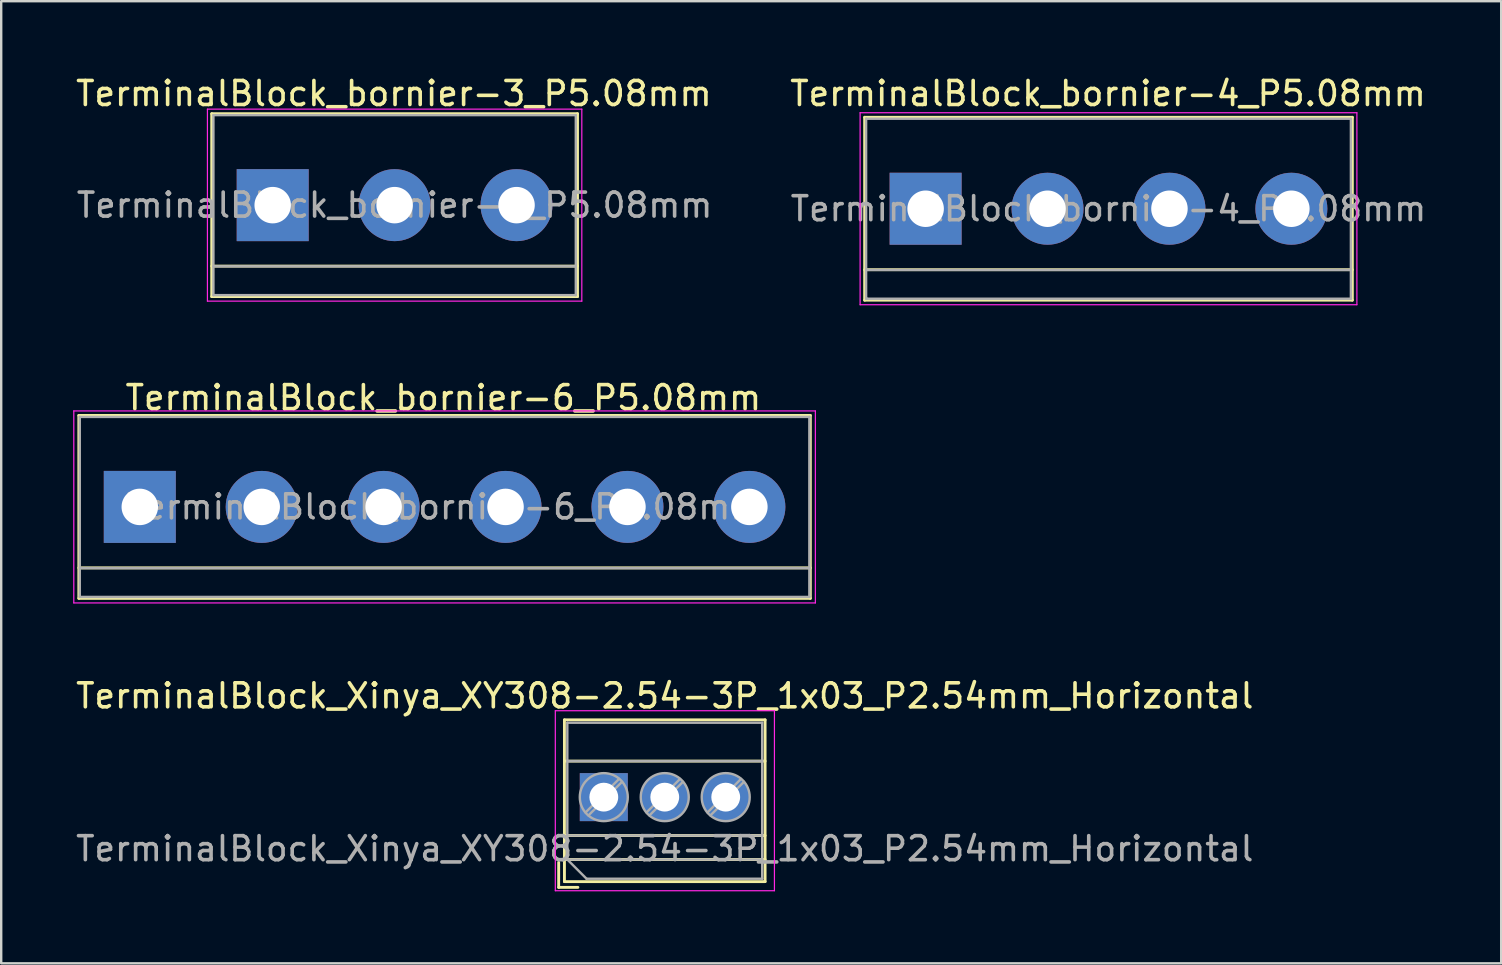
<source format=kicad_pcb>
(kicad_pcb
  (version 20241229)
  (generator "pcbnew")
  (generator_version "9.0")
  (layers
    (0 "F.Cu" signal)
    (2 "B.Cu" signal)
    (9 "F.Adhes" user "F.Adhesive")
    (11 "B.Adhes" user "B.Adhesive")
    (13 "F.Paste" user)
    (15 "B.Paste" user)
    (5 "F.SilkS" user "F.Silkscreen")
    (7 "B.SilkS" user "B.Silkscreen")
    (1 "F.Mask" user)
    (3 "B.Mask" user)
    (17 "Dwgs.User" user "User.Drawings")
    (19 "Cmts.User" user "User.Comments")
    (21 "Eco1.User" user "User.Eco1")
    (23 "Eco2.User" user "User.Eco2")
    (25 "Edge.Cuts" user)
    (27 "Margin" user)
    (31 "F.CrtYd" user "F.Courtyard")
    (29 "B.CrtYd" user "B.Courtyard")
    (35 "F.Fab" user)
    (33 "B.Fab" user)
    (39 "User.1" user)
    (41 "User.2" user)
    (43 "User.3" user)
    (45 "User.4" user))
  (footprint "TerminalBlock_Xinya_XY308-2.54-3P_1x03_P2.54mm_Horizontal"
    (layer "F.Cu")
    (at 22.109 30.165)
    (property "Reference" "TerminalBlock_Xinya_XY308-2.54-3P_1x03_P2.54mm_Horizontal" (at 2.54 -4.22 0) (layer "F.SilkS") (effects (font (size 1 1) (thickness 0.15))))
    (attr through_hole)
    (fp_line (start -1.88 2.72) (end -1.88 3.76) (stroke (width 0.12) (type solid)) (layer "F.SilkS"))
    (fp_line (start -1.88 3.76) (end -1.08 3.76) (stroke (width 0.12) (type solid)) (layer "F.SilkS"))
    (fp_line (start -1.64 -3.22) (end -1.64 3.52) (stroke (width 0.12) (type solid)) (layer "F.SilkS"))
    (fp_line (start -1.64 -3.22) (end 6.721 -3.22) (stroke (width 0.12) (type solid)) (layer "F.SilkS"))
    (fp_line (start -1.64 -1.501) (end 6.721 -1.501) (stroke (width 0.12) (type solid)) (layer "F.SilkS"))
    (fp_line (start -1.64 1.6) (end 6.721 1.6) (stroke (width 0.12) (type solid)) (layer "F.SilkS"))
    (fp_line (start -1.64 2.6) (end 6.721 2.6) (stroke (width 0.12) (type solid)) (layer "F.SilkS"))
    (fp_line (start -1.64 3.52) (end 6.721 3.52) (stroke (width 0.12) (type solid)) (layer "F.SilkS"))
    (fp_line (start 6.721 -3.22) (end 6.721 3.52) (stroke (width 0.12) (type solid)) (layer "F.SilkS"))
    (fp_line (start -2.02 -3.6) (end -2.02 3.9) (stroke (width 0.05) (type solid)) (layer "F.CrtYd"))
    (fp_line (start -2.02 3.9) (end 7.11 3.9) (stroke (width 0.05) (type solid)) (layer "F.CrtYd"))
    (fp_line (start 7.11 -3.6) (end -2.02 -3.6) (stroke (width 0.05) (type solid)) (layer "F.CrtYd"))
    (fp_line (start 7.11 3.9) (end 7.11 -3.6) (stroke (width 0.05) (type solid)) (layer "F.CrtYd"))
    (fp_line (start -1.52 -3.1) (end 6.6 -3.1) (stroke (width 0.1) (type solid)) (layer "F.Fab"))
    (fp_line (start -1.52 -1.5) (end 6.6 -1.5) (stroke (width 0.1) (type solid)) (layer "F.Fab"))
    (fp_line (start -1.52 1.6) (end 6.6 1.6) (stroke (width 0.1) (type solid)) (layer "F.Fab"))
    (fp_line (start -1.52 2.6) (end -1.52 -3.1) (stroke (width 0.1) (type solid)) (layer "F.Fab"))
    (fp_line (start -1.52 2.6) (end 6.6 2.6) (stroke (width 0.1) (type solid)) (layer "F.Fab"))
    (fp_line (start -0.72 3.4) (end -1.52 2.6) (stroke (width 0.1) (type solid)) (layer "F.Fab"))
    (fp_line (start 0.637 -0.759) (end -0.759 0.637) (stroke (width 0.1) (type solid)) (layer "F.Fab"))
    (fp_line (start 0.759 -0.637) (end -0.637 0.759) (stroke (width 0.1) (type solid)) (layer "F.Fab"))
    (fp_line (start 3.177 -0.759) (end 1.782 0.637) (stroke (width 0.1) (type solid)) (layer "F.Fab"))
    (fp_line (start 3.299 -0.637) (end 1.904 0.759) (stroke (width 0.1) (type solid)) (layer "F.Fab"))
    (fp_line (start 5.717 -0.759) (end 4.322 0.637) (stroke (width 0.1) (type solid)) (layer "F.Fab"))
    (fp_line (start 5.839 -0.637) (end 4.444 0.759) (stroke (width 0.1) (type solid)) (layer "F.Fab"))
    (fp_line (start 6.6 -3.1) (end 6.6 3.4) (stroke (width 0.1) (type solid)) (layer "F.Fab"))
    (fp_line (start 6.6 3.4) (end -0.72 3.4) (stroke (width 0.1) (type solid)) (layer "F.Fab"))
    (fp_circle (center 0 0) (end 1 0) (stroke (width 0.1) (type solid)) (fill no) (layer "F.Fab"))
    (fp_circle (center 2.54 0) (end 3.54 0) (stroke (width 0.1) (type solid)) (fill no) (layer "F.Fab"))
    (fp_circle (center 5.08 0) (end 6.08 0) (stroke (width 0.1) (type solid)) (fill no) (layer "F.Fab"))
    (fp_text user "${REFERENCE}" (at 2.54 2.15 0) (layer "F.Fab") (effects (font (size 1 1) (thickness 0.15))))
    (pad "1" thru_hole rect (at 0 0) (size 2 2) (drill 1.2) (layers "*.Cu" "*.Mask"))
    (pad "2" thru_hole circle (at 2.54 0) (size 2 2) (drill 1.2) (layers "*.Cu" "*.Mask"))
    (pad "3" thru_hole circle (at 5.08 0) (size 2 2) (drill 1.2) (layers "*.Cu" "*.Mask")))
  (footprint "TerminalBlock_bornier-6_P5.08mm"
    (layer "F.Cu")
    (at 2.775 18.072)
    (property "Reference" "TerminalBlock_bornier-6_P5.08mm" (at 12.65 -4.55 0) (layer "F.SilkS") (effects (font (size 1 1) (thickness 0.15))))
    (attr through_hole)
    (fp_line (start -2.54 -3.81) (end -2.54 3.81) (stroke (width 0.12) (type solid)) (layer "F.SilkS"))
    (fp_line (start -2.54 -3.81) (end 27.94 -3.81) (stroke (width 0.12) (type solid)) (layer "F.SilkS"))
    (fp_line (start -2.54 2.54) (end 27.94 2.54) (stroke (width 0.12) (type solid)) (layer "F.SilkS"))
    (fp_line (start -2.54 3.81) (end 27.94 3.81) (stroke (width 0.12) (type solid)) (layer "F.SilkS"))
    (fp_line (start 27.94 3.81) (end 27.94 -3.81) (stroke (width 0.12) (type solid)) (layer "F.SilkS"))
    (fp_line (start -2.75 -4) (end -2.75 4) (stroke (width 0.05) (type solid)) (layer "F.CrtYd"))
    (fp_line (start -2.75 -4) (end 28.15 -4) (stroke (width 0.05) (type solid)) (layer "F.CrtYd"))
    (fp_line (start 28.15 4) (end -2.75 4) (stroke (width 0.05) (type solid)) (layer "F.CrtYd"))
    (fp_line (start 28.15 4) (end 28.15 -4) (stroke (width 0.05) (type solid)) (layer "F.CrtYd"))
    (fp_line (start -2.5 -3.75) (end -2.5 3.75) (stroke (width 0.1) (type solid)) (layer "F.Fab"))
    (fp_line (start -2.5 2.55) (end 27.9 2.55) (stroke (width 0.1) (type solid)) (layer "F.Fab"))
    (fp_line (start -2.5 3.75) (end 27.9 3.75) (stroke (width 0.1) (type solid)) (layer "F.Fab"))
    (fp_line (start 27.9 -3.75) (end -2.5 -3.75) (stroke (width 0.1) (type solid)) (layer "F.Fab"))
    (fp_line (start 27.9 3.75) (end 27.9 -3.75) (stroke (width 0.1) (type solid)) (layer "F.Fab"))
    (fp_text user "${REFERENCE}" (at 12.7 0 0) (layer "F.Fab") (effects (font (size 1 1) (thickness 0.15))))
    (pad "1" thru_hole rect (at 0 0) (size 3 3) (drill 1.52) (layers "*.Cu" "*.Mask"))
    (pad "2" thru_hole circle (at 5.08 0) (size 3 3) (drill 1.52) (layers "*.Cu" "*.Mask"))
    (pad "3" thru_hole circle (at 10.16 0) (size 3 3) (drill 1.52) (layers "*.Cu" "*.Mask"))
    (pad "4" thru_hole circle (at 15.24 0) (size 3 3) (drill 1.52) (layers "*.Cu" "*.Mask"))
    (pad "5" thru_hole circle (at 20.32 0) (size 3 3) (drill 1.52) (layers "*.Cu" "*.Mask"))
    (pad "6" thru_hole circle (at 25.4 0) (size 3 3) (drill 1.52) (layers "*.Cu" "*.Mask")))
  (footprint "TerminalBlock_bornier-3_P5.08mm"
    (layer "F.Cu")
    (at 8.313 5.498)
    (property "Reference" "TerminalBlock_bornier-3_P5.08mm" (at 5.05 -4.65 0) (layer "F.SilkS") (effects (font (size 1 1) (thickness 0.15))))
    (attr through_hole)
    (fp_line (start -2.54 -3.81) (end 12.7 -3.81) (stroke (width 0.12) (type solid)) (layer "F.SilkS"))
    (fp_line (start -2.54 2.54) (end 12.7 2.54) (stroke (width 0.12) (type solid)) (layer "F.SilkS"))
    (fp_line (start -2.54 3.81) (end -2.54 -3.81) (stroke (width 0.12) (type solid)) (layer "F.SilkS"))
    (fp_line (start -2.54 3.81) (end 12.7 3.81) (stroke (width 0.12) (type solid)) (layer "F.SilkS"))
    (fp_line (start 12.7 3.81) (end 12.7 -3.81) (stroke (width 0.12) (type solid)) (layer "F.SilkS"))
    (fp_line (start -2.72 -4) (end -2.72 4) (stroke (width 0.05) (type solid)) (layer "F.CrtYd"))
    (fp_line (start -2.72 -4) (end 12.88 -4) (stroke (width 0.05) (type solid)) (layer "F.CrtYd"))
    (fp_line (start 12.88 4) (end -2.72 4) (stroke (width 0.05) (type solid)) (layer "F.CrtYd"))
    (fp_line (start 12.88 4) (end 12.88 -4) (stroke (width 0.05) (type solid)) (layer "F.CrtYd"))
    (fp_line (start -2.47 -3.75) (end 12.63 -3.75) (stroke (width 0.1) (type solid)) (layer "F.Fab"))
    (fp_line (start -2.47 2.55) (end 12.63 2.55) (stroke (width 0.1) (type solid)) (layer "F.Fab"))
    (fp_line (start -2.47 3.75) (end -2.47 -3.75) (stroke (width 0.1) (type solid)) (layer "F.Fab"))
    (fp_line (start 12.63 -3.75) (end 12.63 3.75) (stroke (width 0.1) (type solid)) (layer "F.Fab"))
    (fp_line (start 12.63 3.75) (end -2.47 3.75) (stroke (width 0.1) (type solid)) (layer "F.Fab"))
    (fp_text user "${REFERENCE}" (at 5.08 0 0) (layer "F.Fab") (effects (font (size 1 1) (thickness 0.15))))
    (pad "1" thru_hole rect (at 0 0) (size 3 3) (drill 1.52) (layers "*.Cu" "*.Mask"))
    (pad "2" thru_hole circle (at 5.08 0) (size 3 3) (drill 1.52) (layers "*.Cu" "*.Mask"))
    (pad "3" thru_hole circle (at 10.16 0) (size 3 3) (drill 1.52) (layers "*.Cu" "*.Mask")))
  (footprint "TerminalBlock_bornier-4_P5.08mm"
    (layer "F.Cu")
    (at 35.519 5.648)
    (property "Reference" "TerminalBlock_bornier-4_P5.08mm" (at 7.6 -4.8 0) (layer "F.SilkS") (effects (font (size 1 1) (thickness 0.15))))
    (attr through_hole)
    (fp_line (start -2.54 -3.81) (end -2.54 3.81) (stroke (width 0.12) (type solid)) (layer "F.SilkS"))
    (fp_line (start -2.54 -3.81) (end 17.78 -3.81) (stroke (width 0.12) (type solid)) (layer "F.SilkS"))
    (fp_line (start -2.54 3.81) (end 17.78 3.81) (stroke (width 0.12) (type solid)) (layer "F.SilkS"))
    (fp_line (start 17.78 2.54) (end -2.54 2.54) (stroke (width 0.12) (type solid)) (layer "F.SilkS"))
    (fp_line (start 17.78 3.81) (end 17.78 -3.81) (stroke (width 0.12) (type solid)) (layer "F.SilkS"))
    (fp_line (start -2.73 -4) (end -2.73 4) (stroke (width 0.05) (type solid)) (layer "F.CrtYd"))
    (fp_line (start -2.73 -4) (end 17.97 -4) (stroke (width 0.05) (type solid)) (layer "F.CrtYd"))
    (fp_line (start 17.97 4) (end -2.73 4) (stroke (width 0.05) (type solid)) (layer "F.CrtYd"))
    (fp_line (start 17.97 4) (end 17.97 -4) (stroke (width 0.05) (type solid)) (layer "F.CrtYd"))
    (fp_line (start -2.48 -3.75) (end 17.72 -3.75) (stroke (width 0.1) (type solid)) (layer "F.Fab"))
    (fp_line (start -2.48 2.55) (end 17.72 2.55) (stroke (width 0.1) (type solid)) (layer "F.Fab"))
    (fp_line (start -2.48 3.75) (end -2.48 -3.75) (stroke (width 0.1) (type solid)) (layer "F.Fab"))
    (fp_line (start -2.43 3.75) (end -2.48 3.75) (stroke (width 0.1) (type solid)) (layer "F.Fab"))
    (fp_line (start 17.72 -3.75) (end 17.72 3.75) (stroke (width 0.1) (type solid)) (layer "F.Fab"))
    (fp_line (start 17.72 3.75) (end -2.43 3.75) (stroke (width 0.1) (type solid)) (layer "F.Fab"))
    (fp_text user "${REFERENCE}" (at 7.62 0 0) (layer "F.Fab") (effects (font (size 1 1) (thickness 0.15))))
    (pad "1" thru_hole rect (at 0 0) (size 3 3) (drill 1.52) (layers "*.Cu" "*.Mask"))
    (pad "2" thru_hole circle (at 5.08 0) (size 3 3) (drill 1.52) (layers "*.Cu" "*.Mask"))
    (pad "3" thru_hole circle (at 10.16 0) (size 3 3) (drill 1.52) (layers "*.Cu" "*.Mask"))
    (pad "4" thru_hole circle (at 15.24 0) (size 3 3) (drill 1.52) (layers "*.Cu" "*.Mask")))
  (gr_rect
    (start -3 -3)
    (end 59.502 37.09)
    (stroke (width 0.1) (type default))
    (fill no)
    (layer "Edge.Cuts")))
</source>
